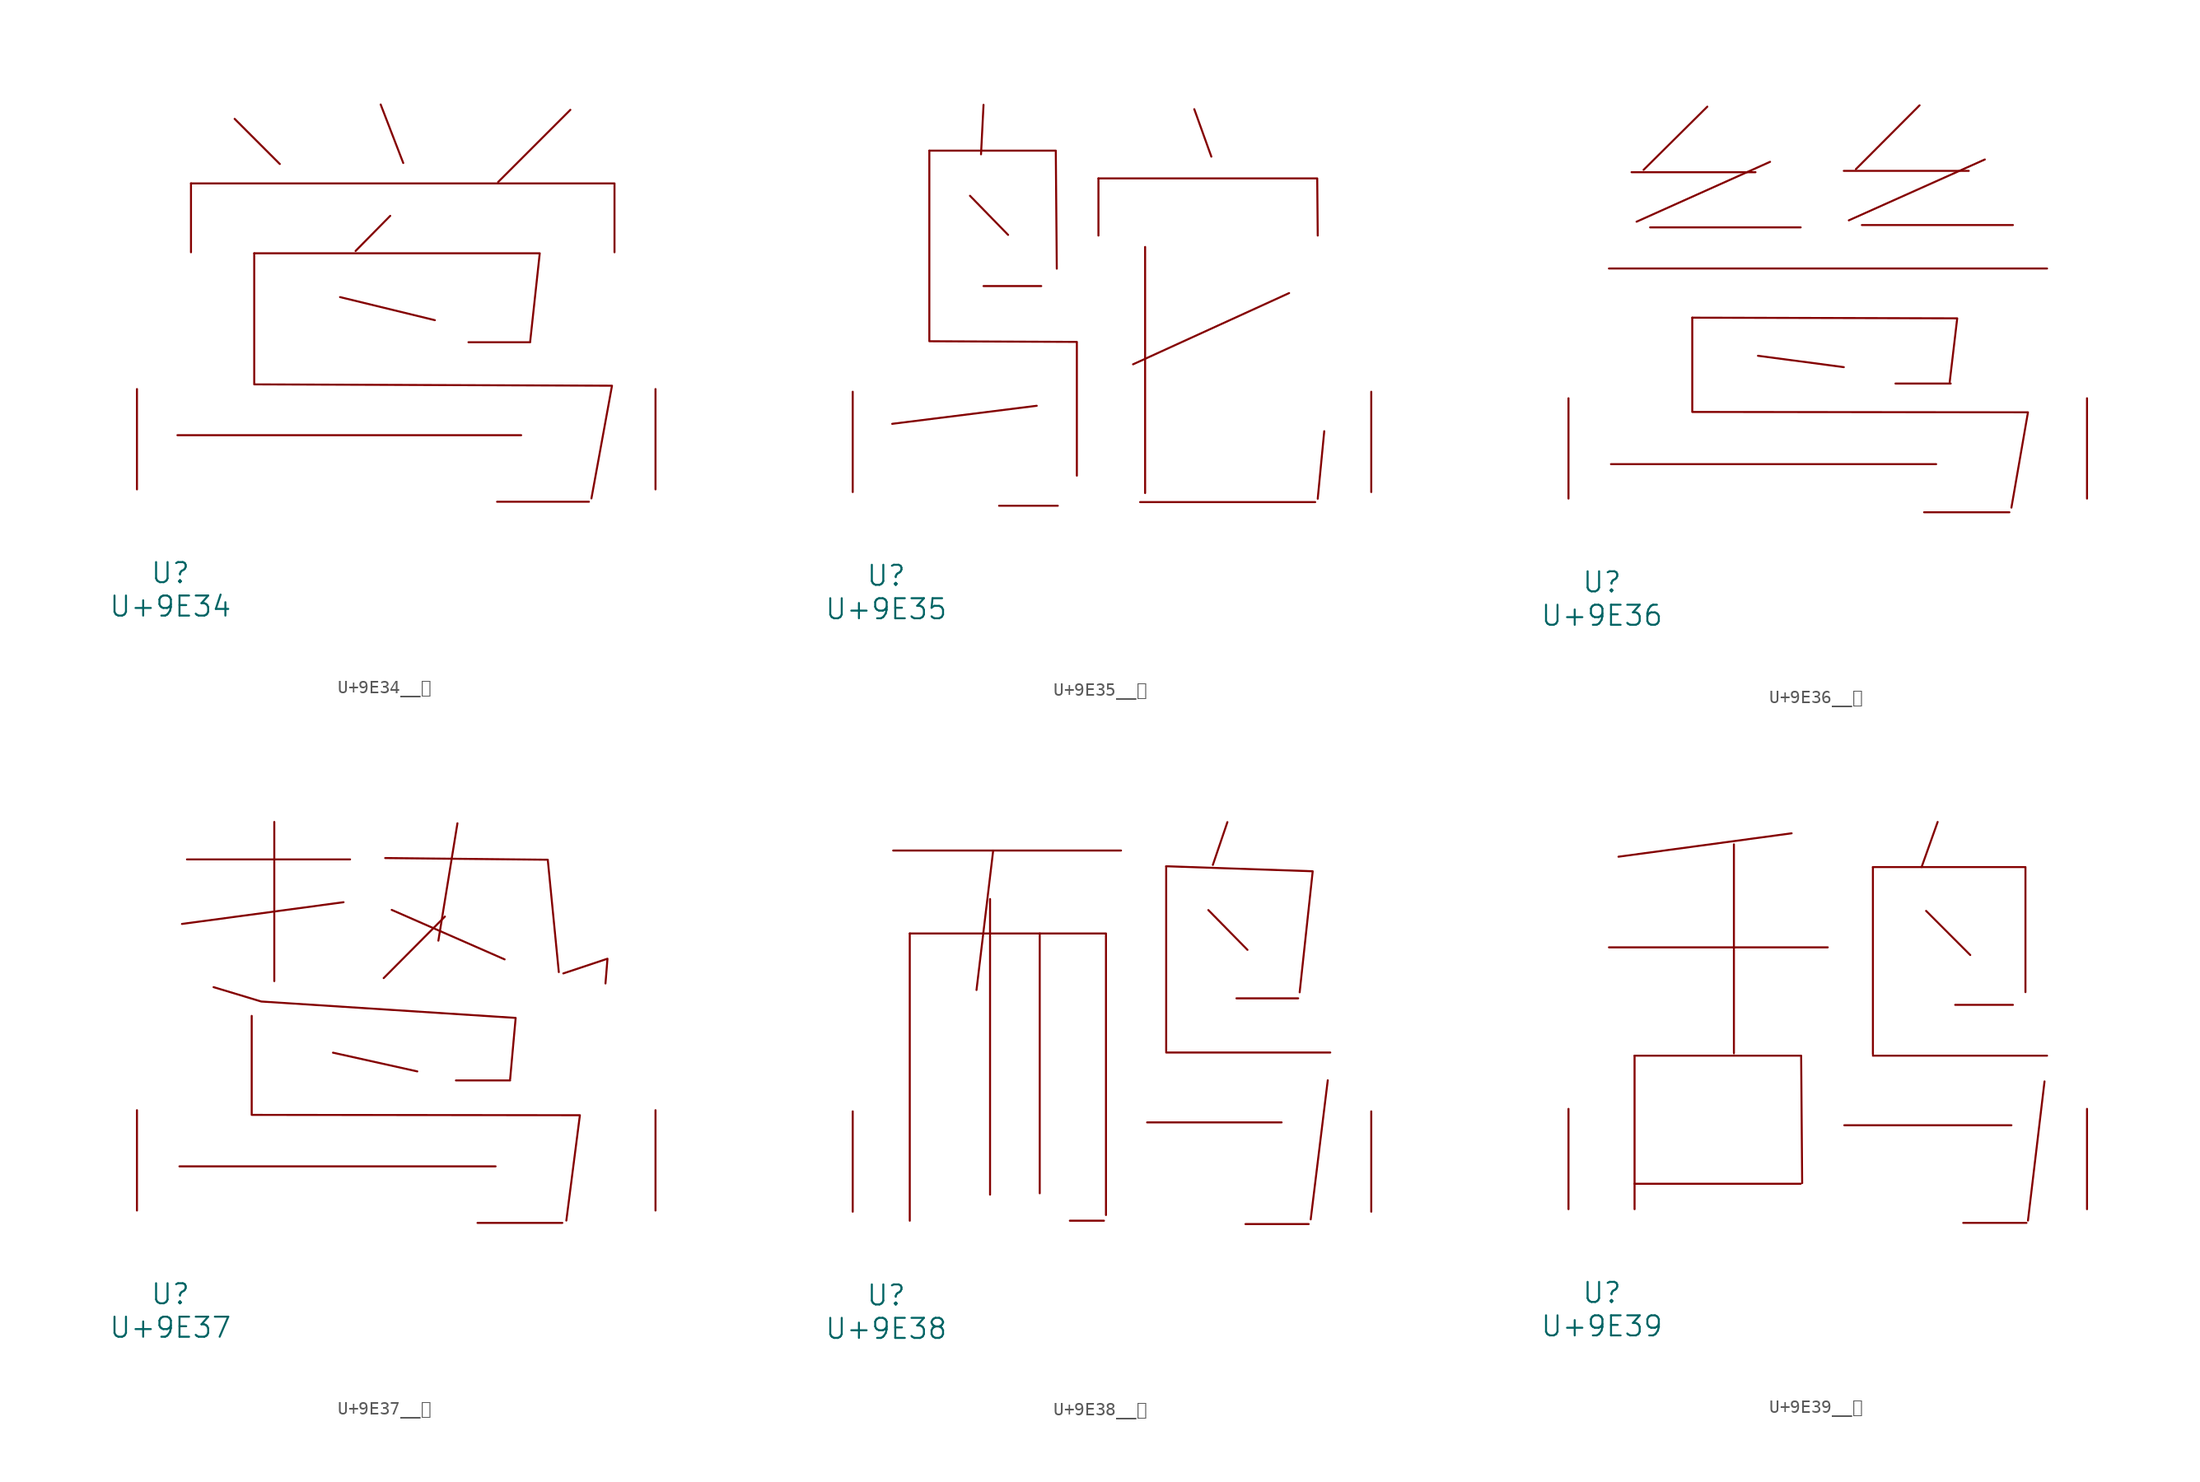
<source format=kicad_sym>
(kicad_symbol_lib
  (version 20231120)
  (generator "kicad_symbol_editor")
  (generator_version "8.0")
  (symbol "U+9E34__鸴"
    (pin_names
      (offset 1.016))
    (property "Reference" "U"
      (at 0 -6.35 0)
      (effects (font (size 1.524 1.524))))
    (property "Value" "U+9E34"
      (at 0 -8.89 0)
      (effects (font (size 1.524 1.524))))
    (symbol "U+9E34__鸴_0_1"
      (polyline (pts (xy 0.533 4.115) (xy 26.632 4.115)) (stroke (width 0) (type solid)) (fill (type none)))
      (polyline (pts (xy 1.562 23.241) (xy 1.562 18.009)) (stroke (width 0) (type solid)) (fill (type none)))
      (polyline (pts (xy 4.877 28.143) (xy 8.306 24.714)) (stroke (width 0) (type solid)) (fill (type none)))
      (polyline (pts (xy 12.878 14.605) (xy 20.079 12.852)) (stroke (width 0) (type solid)) (fill (type none)))
      (polyline (pts (xy 15.964 29.235) (xy 17.678 24.79)) (stroke (width 0) (type solid)) (fill (type none)))
      (polyline (pts (xy 16.688 20.777) (xy 14.059 18.11)) (stroke (width 0) (type solid)) (fill (type none)))
      (polyline (pts (xy 22.631 11.176) (xy 27.318 11.176)) (stroke (width 0) (type solid)) (fill (type none)))
      (polyline (pts (xy 24.803 -0.94) (xy 31.775 -0.94)) (stroke (width 0) (type solid)) (fill (type none)))
      (polyline (pts (xy 30.366 28.829) (xy 24.879 23.343)) (stroke (width 0) (type solid)) (fill (type none)))
      (polyline (pts (xy 1.562 23.241) (xy 33.718 23.241) (xy 33.718 18.009)) (stroke (width 0) (type solid)) (fill (type none)))
      (polyline (pts (xy 6.363 17.932) (xy 28.042 17.932) (xy 27.318 11.252)) (stroke (width 0) (type solid)) (fill (type none)))
      (polyline (pts (xy 6.363 17.932) (xy 6.363 7.976) (xy 33.528 7.874) (xy 31.966 -0.686)) (stroke (width 0) (type solid)) (fill (type none)))
      (pin input line (at -2.54 0 90) (length 7.62) (name "~" (effects (font (size 1.27 1.27)))) (number "~" (effects (font (size 1.27 1.27)))))
      (pin input line (at 36.83 0 90) (length 7.62) (name "~" (effects (font (size 1.27 1.27)))) (number "~" (effects (font (size 1.27 1.27)))))))
  (symbol "U+9E35__鸵"
    (pin_names
      (offset 1.016))
    (property "Reference" "U"
      (at 0 -6.35 0)
      (effects (font (size 1.524 1.524))))
    (property "Value" "U+9E35"
      (at 0 -8.89 0)
      (effects (font (size 1.524 1.524))))
    (symbol "U+9E35__鸵_0_1"
      (polyline (pts (xy 6.363 22.504) (xy 9.258 19.533)) (stroke (width 0) (type solid)) (fill (type none)))
      (polyline (pts (xy 7.391 15.646) (xy 11.773 15.646)) (stroke (width 0) (type solid)) (fill (type none)))
      (polyline (pts (xy 7.391 29.413) (xy 7.201 25.654)) (stroke (width 0) (type solid)) (fill (type none)))
      (polyline (pts (xy 8.572 -1.041) (xy 13.03 -1.041)) (stroke (width 0) (type solid)) (fill (type none)))
      (polyline (pts (xy 11.43 6.553) (xy 0.457 5.182)) (stroke (width 0) (type solid)) (fill (type none)))
      (polyline (pts (xy 16.116 23.825) (xy 16.116 19.482)) (stroke (width 0) (type solid)) (fill (type none)))
      (polyline (pts (xy 19.279 -0.762) (xy 32.575 -0.762)) (stroke (width 0) (type solid)) (fill (type none)))
      (polyline (pts (xy 19.66 18.618) (xy 19.66 -0.076)) (stroke (width 0) (type solid)) (fill (type none)))
      (polyline (pts (xy 23.393 29.083) (xy 24.689 25.476)) (stroke (width 0) (type solid)) (fill (type none)))
      (polyline (pts (xy 30.594 15.113) (xy 18.745 9.703)) (stroke (width 0) (type solid)) (fill (type none)))
      (polyline (pts (xy 33.261 4.623) (xy 32.766 -0.508)) (stroke (width 0) (type solid)) (fill (type none)))
      (polyline (pts (xy 3.277 25.933) (xy 12.878 25.933) (xy 12.954 16.967)) (stroke (width 0) (type solid)) (fill (type none)))
      (polyline (pts (xy 16.116 23.825) (xy 32.728 23.825) (xy 32.766 19.482)) (stroke (width 0) (type solid)) (fill (type none)))
      (polyline (pts (xy 3.277 25.933) (xy 3.277 11.455) (xy 14.478 11.405) (xy 14.478 1.245)) (stroke (width 0) (type solid)) (fill (type none)))
      (pin input line (at -2.54 0 90) (length 7.62) (name "~" (effects (font (size 1.27 1.27)))) (number "~" (effects (font (size 1.27 1.27)))))
      (pin input line (at 36.83 0 90) (length 7.62) (name "~" (effects (font (size 1.27 1.27)))) (number "~" (effects (font (size 1.27 1.27)))))))
  (symbol "U+9E36__鸶"
    (pin_names
      (offset 1.016))
    (property "Reference" "U"
      (at 0 -6.35 0)
      (effects (font (size 1.524 1.524))))
    (property "Value" "U+9E36"
      (at 0 -8.89 0)
      (effects (font (size 1.524 1.524))))
    (symbol "U+9E36__鸶_0_1"
      (polyline (pts (xy 0.533 17.475) (xy 33.795 17.475)) (stroke (width 0) (type solid)) (fill (type none)))
      (polyline (pts (xy 0.686 2.616) (xy 25.375 2.616)) (stroke (width 0) (type solid)) (fill (type none)))
      (polyline (pts (xy 2.248 24.79) (xy 11.659 24.79)) (stroke (width 0) (type solid)) (fill (type none)))
      (polyline (pts (xy 3.658 20.599) (xy 15.088 20.599)) (stroke (width 0) (type solid)) (fill (type none)))
      (polyline (pts (xy 8.001 29.769) (xy 3.162 24.968)) (stroke (width 0) (type solid)) (fill (type none)))
      (polyline (pts (xy 11.849 10.846) (xy 18.364 9.982)) (stroke (width 0) (type solid)) (fill (type none)))
      (polyline (pts (xy 12.764 25.578) (xy 2.629 21.031)) (stroke (width 0) (type solid)) (fill (type none)))
      (polyline (pts (xy 18.364 24.892) (xy 27.851 24.892)) (stroke (width 0) (type solid)) (fill (type none)))
      (polyline (pts (xy 19.736 20.777) (xy 31.204 20.777)) (stroke (width 0) (type solid)) (fill (type none)))
      (polyline (pts (xy 22.288 8.738) (xy 26.48 8.738)) (stroke (width 0) (type solid)) (fill (type none)))
      (polyline (pts (xy 24.117 29.87) (xy 19.279 25.019)) (stroke (width 0) (type solid)) (fill (type none)))
      (polyline (pts (xy 24.46 -1.041) (xy 30.937 -1.041)) (stroke (width 0) (type solid)) (fill (type none)))
      (polyline (pts (xy 29.07 25.756) (xy 18.745 21.133)) (stroke (width 0) (type solid)) (fill (type none)))
      (polyline (pts (xy 6.858 13.741) (xy 26.975 13.691) (xy 26.403 8.839)) (stroke (width 0) (type solid)) (fill (type none)))
      (polyline (pts (xy 6.858 13.741) (xy 6.858 6.579) (xy 32.347 6.553) (xy 31.09 -0.686)) (stroke (width 0) (type solid)) (fill (type none)))
      (pin input line (at -2.54 0 90) (length 7.62) (name "~" (effects (font (size 1.27 1.27)))) (number "~" (effects (font (size 1.27 1.27)))))
      (pin input line (at 36.83 0 90) (length 7.62) (name "~" (effects (font (size 1.27 1.27)))) (number "~" (effects (font (size 1.27 1.27)))))))
  (symbol "U+9E37__鸷"
    (pin_names
      (offset 1.016))
    (property "Reference" "U"
      (at 0 -6.35 0)
      (effects (font (size 1.524 1.524))))
    (property "Value" "U+9E37"
      (at 0 -8.89 0)
      (effects (font (size 1.524 1.524))))
    (symbol "U+9E37__鸷_0_1"
      (polyline (pts (xy 0.686 3.353) (xy 24.689 3.353)) (stroke (width 0) (type solid)) (fill (type none)))
      (polyline (pts (xy 1.257 26.67) (xy 13.64 26.67)) (stroke (width 0) (type solid)) (fill (type none)))
      (polyline (pts (xy 7.887 29.515) (xy 7.887 17.424)) (stroke (width 0) (type solid)) (fill (type none)))
      (polyline (pts (xy 12.344 11.989) (xy 18.745 10.566)) (stroke (width 0) (type solid)) (fill (type none)))
      (polyline (pts (xy 13.145 23.419) (xy 0.876 21.768)) (stroke (width 0) (type solid)) (fill (type none)))
      (polyline (pts (xy 16.802 22.835) (xy 25.375 19.075)) (stroke (width 0) (type solid)) (fill (type none)))
      (polyline (pts (xy 20.841 22.327) (xy 16.192 17.653)) (stroke (width 0) (type solid)) (fill (type none)))
      (polyline (pts (xy 21.679 9.881) (xy 25.794 9.881)) (stroke (width 0) (type solid)) (fill (type none)))
      (polyline (pts (xy 21.793 29.413) (xy 20.345 20.498)) (stroke (width 0) (type solid)) (fill (type none)))
      (polyline (pts (xy 23.317 -0.94) (xy 29.756 -0.94)) (stroke (width 0) (type solid)) (fill (type none)))
      (polyline (pts (xy 16.307 26.772) (xy 28.651 26.645) (xy 29.489 18.11)) (stroke (width 0) (type solid)) (fill (type none)))
      (polyline (pts (xy 29.832 18.009) (xy 33.185 19.126) (xy 33.033 17.247)) (stroke (width 0) (type solid)) (fill (type none)))
      (polyline (pts (xy 3.277 16.967) (xy 6.896 15.875) (xy 26.213 14.63) (xy 25.794 9.982)) (stroke (width 0) (type solid)) (fill (type none)))
      (polyline (pts (xy 6.172 14.783) (xy 6.172 7.264) (xy 31.09 7.239) (xy 30.061 -0.762)) (stroke (width 0) (type solid)) (fill (type none)))
      (pin input line (at -2.54 0 90) (length 7.62) (name "~" (effects (font (size 1.27 1.27)))) (number "~" (effects (font (size 1.27 1.27)))))
      (pin input line (at 36.83 0 90) (length 7.62) (name "~" (effects (font (size 1.27 1.27)))) (number "~" (effects (font (size 1.27 1.27)))))))
  (symbol "U+9E38__鸸"
    (pin_names
      (offset 1.016))
    (property "Reference" "U"
      (at 0 -6.35 0)
      (effects (font (size 1.524 1.524))))
    (property "Value" "U+9E38"
      (at 0 -8.89 0)
      (effects (font (size 1.524 1.524))))
    (symbol "U+9E38__鸸_0_1"
      (polyline (pts (xy 0.533 27.432) (xy 17.831 27.432)) (stroke (width 0) (type solid)) (fill (type none)))
      (polyline (pts (xy 1.791 21.133) (xy 1.791 -0.686)) (stroke (width 0) (type solid)) (fill (type none)))
      (polyline (pts (xy 7.887 23.749) (xy 7.887 1.295)) (stroke (width 0) (type solid)) (fill (type none)))
      (polyline (pts (xy 8.115 27.356) (xy 6.858 16.84)) (stroke (width 0) (type solid)) (fill (type none)))
      (polyline (pts (xy 11.659 21.133) (xy 11.659 1.397)) (stroke (width 0) (type solid)) (fill (type none)))
      (polyline (pts (xy 13.945 -0.686) (xy 16.535 -0.686)) (stroke (width 0) (type solid)) (fill (type none)))
      (polyline (pts (xy 19.812 6.782) (xy 30.023 6.782)) (stroke (width 0) (type solid)) (fill (type none)))
      (polyline (pts (xy 21.26 12.09) (xy 33.718 12.09)) (stroke (width 0) (type solid)) (fill (type none)))
      (polyline (pts (xy 21.26 26.238) (xy 21.26 12.167)) (stroke (width 0) (type solid)) (fill (type none)))
      (polyline (pts (xy 24.46 22.911) (xy 27.432 19.888)) (stroke (width 0) (type solid)) (fill (type none)))
      (polyline (pts (xy 25.908 29.591) (xy 24.803 26.34)) (stroke (width 0) (type solid)) (fill (type none)))
      (polyline (pts (xy 26.594 16.205) (xy 31.28 16.205)) (stroke (width 0) (type solid)) (fill (type none)))
      (polyline (pts (xy 27.28 -0.94) (xy 32.08 -0.94)) (stroke (width 0) (type solid)) (fill (type none)))
      (polyline (pts (xy 33.528 9.982) (xy 32.233 -0.584)) (stroke (width 0) (type solid)) (fill (type none)))
      (polyline (pts (xy 1.791 21.133) (xy 16.688 21.133) (xy 16.688 -0.254)) (stroke (width 0) (type solid)) (fill (type none)))
      (polyline (pts (xy 21.26 26.238) (xy 32.385 25.857) (xy 31.394 16.662)) (stroke (width 0) (type solid)) (fill (type none)))
      (pin input line (at -2.54 0 90) (length 7.62) (name "~" (effects (font (size 1.27 1.27)))) (number "~" (effects (font (size 1.27 1.27)))))
      (pin input line (at 36.83 0 90) (length 7.62) (name "~" (effects (font (size 1.27 1.27)))) (number "~" (effects (font (size 1.27 1.27)))))))
  (symbol "U+9E39__鸹"
    (pin_names
      (offset 1.016))
    (property "Reference" "U"
      (at 0 -6.35 0)
      (effects (font (size 1.524 1.524))))
    (property "Value" "U+9E39"
      (at 0 -8.89 0)
      (effects (font (size 1.524 1.524))))
    (symbol "U+9E39__鸹_0_1"
      (polyline (pts (xy 0.533 19.888) (xy 17.145 19.888)) (stroke (width 0) (type solid)) (fill (type none)))
      (polyline (pts (xy 2.477 1.93) (xy 15.088 1.93)) (stroke (width 0) (type solid)) (fill (type none)))
      (polyline (pts (xy 2.477 11.659) (xy 2.477 0)) (stroke (width 0) (type solid)) (fill (type none)))
      (polyline (pts (xy 10.02 27.711) (xy 10.02 11.836)) (stroke (width 0) (type solid)) (fill (type none)))
      (polyline (pts (xy 14.402 28.55) (xy 1.257 26.772)) (stroke (width 0) (type solid)) (fill (type none)))
      (polyline (pts (xy 18.402 6.375) (xy 31.09 6.375)) (stroke (width 0) (type solid)) (fill (type none)))
      (polyline (pts (xy 20.574 11.659) (xy 33.795 11.659)) (stroke (width 0) (type solid)) (fill (type none)))
      (polyline (pts (xy 20.574 25.984) (xy 20.574 11.76)) (stroke (width 0) (type solid)) (fill (type none)))
      (polyline (pts (xy 24.613 22.657) (xy 27.965 19.304)) (stroke (width 0) (type solid)) (fill (type none)))
      (polyline (pts (xy 25.489 29.413) (xy 24.27 25.984)) (stroke (width 0) (type solid)) (fill (type none)))
      (polyline (pts (xy 26.822 15.519) (xy 31.204 15.519)) (stroke (width 0) (type solid)) (fill (type none)))
      (polyline (pts (xy 27.432 -1.041) (xy 32.233 -1.041)) (stroke (width 0) (type solid)) (fill (type none)))
      (polyline (pts (xy 33.604 9.703) (xy 32.347 -0.864)) (stroke (width 0) (type solid)) (fill (type none)))
      (polyline (pts (xy 2.477 11.659) (xy 15.126 11.659) (xy 15.202 1.981)) (stroke (width 0) (type solid)) (fill (type none)))
      (polyline (pts (xy 20.574 25.984) (xy 32.156 25.984) (xy 32.156 16.485)) (stroke (width 0) (type solid)) (fill (type none)))
      (pin input line (at -2.54 0 90) (length 7.62) (name "~" (effects (font (size 1.27 1.27)))) (number "~" (effects (font (size 1.27 1.27)))))
      (pin input line (at 36.83 0 90) (length 7.62) (name "~" (effects (font (size 1.27 1.27)))) (number "~" (effects (font (size 1.27 1.27))))))))
</source>
